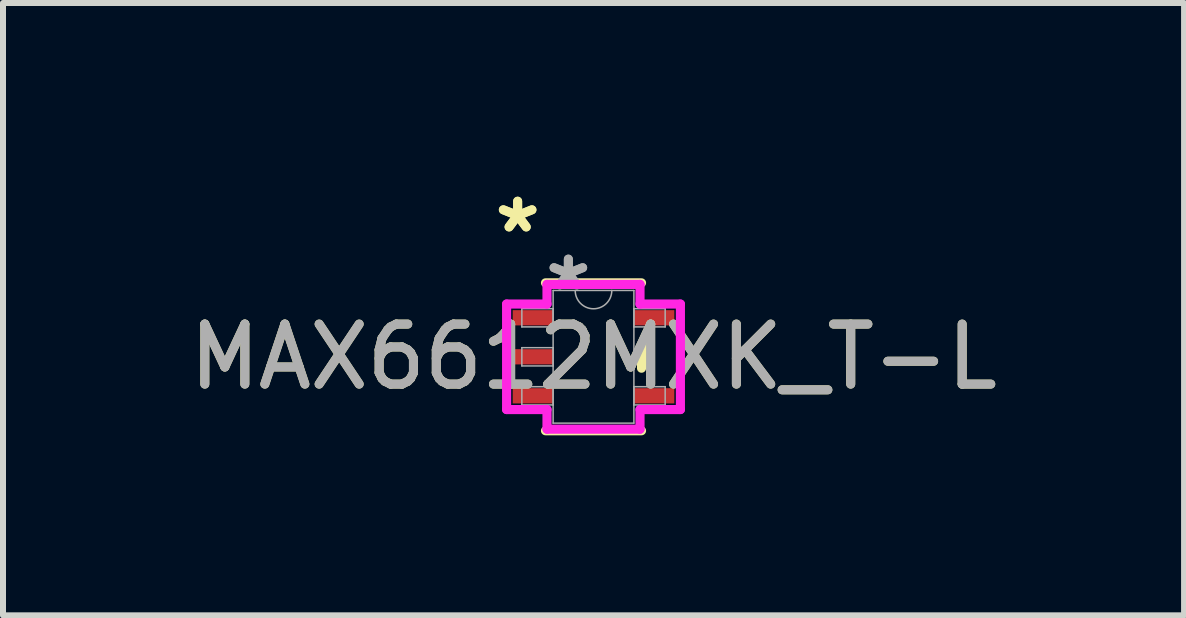
<source format=kicad_pcb>
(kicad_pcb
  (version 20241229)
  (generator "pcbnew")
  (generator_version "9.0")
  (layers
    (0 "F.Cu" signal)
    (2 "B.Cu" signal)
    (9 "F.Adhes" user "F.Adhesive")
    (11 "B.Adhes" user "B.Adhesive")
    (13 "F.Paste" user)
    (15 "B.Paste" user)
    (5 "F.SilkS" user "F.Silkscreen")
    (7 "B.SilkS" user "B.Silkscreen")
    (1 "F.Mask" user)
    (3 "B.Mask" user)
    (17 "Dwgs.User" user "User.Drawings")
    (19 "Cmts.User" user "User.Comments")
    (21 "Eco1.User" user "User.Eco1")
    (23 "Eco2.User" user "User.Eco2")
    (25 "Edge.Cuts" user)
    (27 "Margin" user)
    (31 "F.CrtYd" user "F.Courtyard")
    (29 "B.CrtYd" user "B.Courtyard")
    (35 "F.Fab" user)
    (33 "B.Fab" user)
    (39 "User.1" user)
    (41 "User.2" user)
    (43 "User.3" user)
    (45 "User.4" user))
  (footprint "MAX6612MXK_T-L"
    (layer "F.Cu")
    (at 6.839 2.895)
    (property "Reference" "MAX6612MXK_T-L" (at 0 0 0) (unlocked yes) (layer "F.SilkS") (effects (font (size 1 1) (thickness 0.15))))
    (attr smd)
    (fp_line (start -0.8 1.232) (end 0.8 1.232) (stroke (width 0.152) (type solid)) (layer "F.SilkS"))
    (fp_line (start 0.8 -1.232) (end -0.8 -1.232) (stroke (width 0.152) (type solid)) (layer "F.SilkS"))
    (fp_line (start 0.8 0.19) (end 0.8 -0.19) (stroke (width 0.152) (type solid)) (layer "F.SilkS"))
    (fp_line (start -1.448 -0.879) (end -0.775 -0.879) (stroke (width 0.152) (type solid)) (layer "F.CrtYd"))
    (fp_line (start -1.448 0.879) (end -1.448 -0.879) (stroke (width 0.152) (type solid)) (layer "F.CrtYd"))
    (fp_line (start -0.775 -1.206) (end 0.775 -1.206) (stroke (width 0.152) (type solid)) (layer "F.CrtYd"))
    (fp_line (start -0.775 -0.879) (end -0.775 -1.206) (stroke (width 0.152) (type solid)) (layer "F.CrtYd"))
    (fp_line (start -0.775 0.879) (end -1.448 0.879) (stroke (width 0.152) (type solid)) (layer "F.CrtYd"))
    (fp_line (start -0.775 1.206) (end -0.775 0.879) (stroke (width 0.152) (type solid)) (layer "F.CrtYd"))
    (fp_line (start 0.775 -1.206) (end 0.775 -0.879) (stroke (width 0.152) (type solid)) (layer "F.CrtYd"))
    (fp_line (start 0.775 -0.879) (end 1.448 -0.879) (stroke (width 0.152) (type solid)) (layer "F.CrtYd"))
    (fp_line (start 0.775 0.879) (end 0.775 1.206) (stroke (width 0.152) (type solid)) (layer "F.CrtYd"))
    (fp_line (start 0.775 1.206) (end -0.775 1.206) (stroke (width 0.152) (type solid)) (layer "F.CrtYd"))
    (fp_line (start 1.448 -0.879) (end 1.448 0.879) (stroke (width 0.152) (type solid)) (layer "F.CrtYd"))
    (fp_line (start 1.448 0.879) (end 0.775 0.879) (stroke (width 0.152) (type solid)) (layer "F.CrtYd"))
    (fp_line (start -1.194 -0.802) (end -1.194 -0.498) (stroke (width 0.025) (type solid)) (layer "F.Fab"))
    (fp_line (start -1.194 -0.498) (end -0.673 -0.498) (stroke (width 0.025) (type solid)) (layer "F.Fab"))
    (fp_line (start -1.194 -0.152) (end -1.194 0.152) (stroke (width 0.025) (type solid)) (layer "F.Fab"))
    (fp_line (start -1.194 0.152) (end -0.673 0.152) (stroke (width 0.025) (type solid)) (layer "F.Fab"))
    (fp_line (start -1.194 0.498) (end -1.194 0.802) (stroke (width 0.025) (type solid)) (layer "F.Fab"))
    (fp_line (start -1.194 0.802) (end -0.673 0.802) (stroke (width 0.025) (type solid)) (layer "F.Fab"))
    (fp_line (start -0.673 -1.105) (end -0.673 1.105) (stroke (width 0.025) (type solid)) (layer "F.Fab"))
    (fp_line (start -0.673 -0.802) (end -1.194 -0.802) (stroke (width 0.025) (type solid)) (layer "F.Fab"))
    (fp_line (start -0.673 -0.498) (end -0.673 -0.802) (stroke (width 0.025) (type solid)) (layer "F.Fab"))
    (fp_line (start -0.673 -0.152) (end -1.194 -0.152) (stroke (width 0.025) (type solid)) (layer "F.Fab"))
    (fp_line (start -0.673 0.152) (end -0.673 -0.152) (stroke (width 0.025) (type solid)) (layer "F.Fab"))
    (fp_line (start -0.673 0.498) (end -1.194 0.498) (stroke (width 0.025) (type solid)) (layer "F.Fab"))
    (fp_line (start -0.673 0.802) (end -0.673 0.498) (stroke (width 0.025) (type solid)) (layer "F.Fab"))
    (fp_line (start -0.673 1.105) (end 0.673 1.105) (stroke (width 0.025) (type solid)) (layer "F.Fab"))
    (fp_line (start 0.673 -1.105) (end -0.673 -1.105) (stroke (width 0.025) (type solid)) (layer "F.Fab"))
    (fp_line (start 0.673 -0.802) (end 0.673 -0.498) (stroke (width 0.025) (type solid)) (layer "F.Fab"))
    (fp_line (start 0.673 -0.498) (end 1.194 -0.498) (stroke (width 0.025) (type solid)) (layer "F.Fab"))
    (fp_line (start 0.673 0.498) (end 0.673 0.802) (stroke (width 0.025) (type solid)) (layer "F.Fab"))
    (fp_line (start 0.673 0.802) (end 1.194 0.802) (stroke (width 0.025) (type solid)) (layer "F.Fab"))
    (fp_line (start 0.673 1.105) (end 0.673 -1.105) (stroke (width 0.025) (type solid)) (layer "F.Fab"))
    (fp_line (start 1.194 -0.802) (end 0.673 -0.802) (stroke (width 0.025) (type solid)) (layer "F.Fab"))
    (fp_line (start 1.194 -0.498) (end 1.194 -0.802) (stroke (width 0.025) (type solid)) (layer "F.Fab"))
    (fp_line (start 1.194 0.498) (end 0.673 0.498) (stroke (width 0.025) (type solid)) (layer "F.Fab"))
    (fp_line (start 1.194 0.802) (end 1.194 0.498) (stroke (width 0.025) (type solid)) (layer "F.Fab"))
    (fp_arc (start 0.3048 -1.1049) (mid 0 -0.8001) (end -0.3048 -1.1049) (stroke (width 0.0254) (type solid)) (layer "F.Fab"))
    (fp_text user "*" (at -1.264 -2.047 0) (layer "F.SilkS") (effects (font (size 1 1) (thickness 0.15))))
    (fp_text user "*" (at -1.264 -2.047 0) (unlocked yes) (layer "F.SilkS") (effects (font (size 1 1) (thickness 0.15))))
    (fp_text user "*" (at -0.419 -1.082 0) (layer "F.Fab") (effects (font (size 1 1) (thickness 0.15))))
    (fp_text user "*" (at -0.419 -1.082 0) (unlocked yes) (layer "F.Fab") (effects (font (size 1 1) (thickness 0.15))))
    (fp_text user "${REFERENCE}" (at 0 0 0) (unlocked yes) (layer "F.Fab") (effects (font (size 1 1) (thickness 0.15))))
    (pad "1" smd rect (at -1.01 -0.65) (size 0.673 0.254) (layers "F.Cu" "F.Mask" "F.Paste"))
    (pad "2" smd rect (at -1.01 0) (size 0.673 0.254) (layers "F.Cu" "F.Mask" "F.Paste"))
    (pad "3" smd rect (at -1.01 0.65) (size 0.673 0.254) (layers "F.Cu" "F.Mask" "F.Paste"))
    (pad "4" smd rect (at 1.01 0.65) (size 0.673 0.254) (layers "F.Cu" "F.Mask" "F.Paste"))
    (pad "5" smd rect (at 1.01 -0.65) (size 0.673 0.254) (layers "F.Cu" "F.Mask" "F.Paste")))
  (gr_rect
    (start -3 -3)
    (end 16.679 7.203)
    (stroke (width 0.1) (type default))
    (fill no)
    (layer "Edge.Cuts")))
</source>
